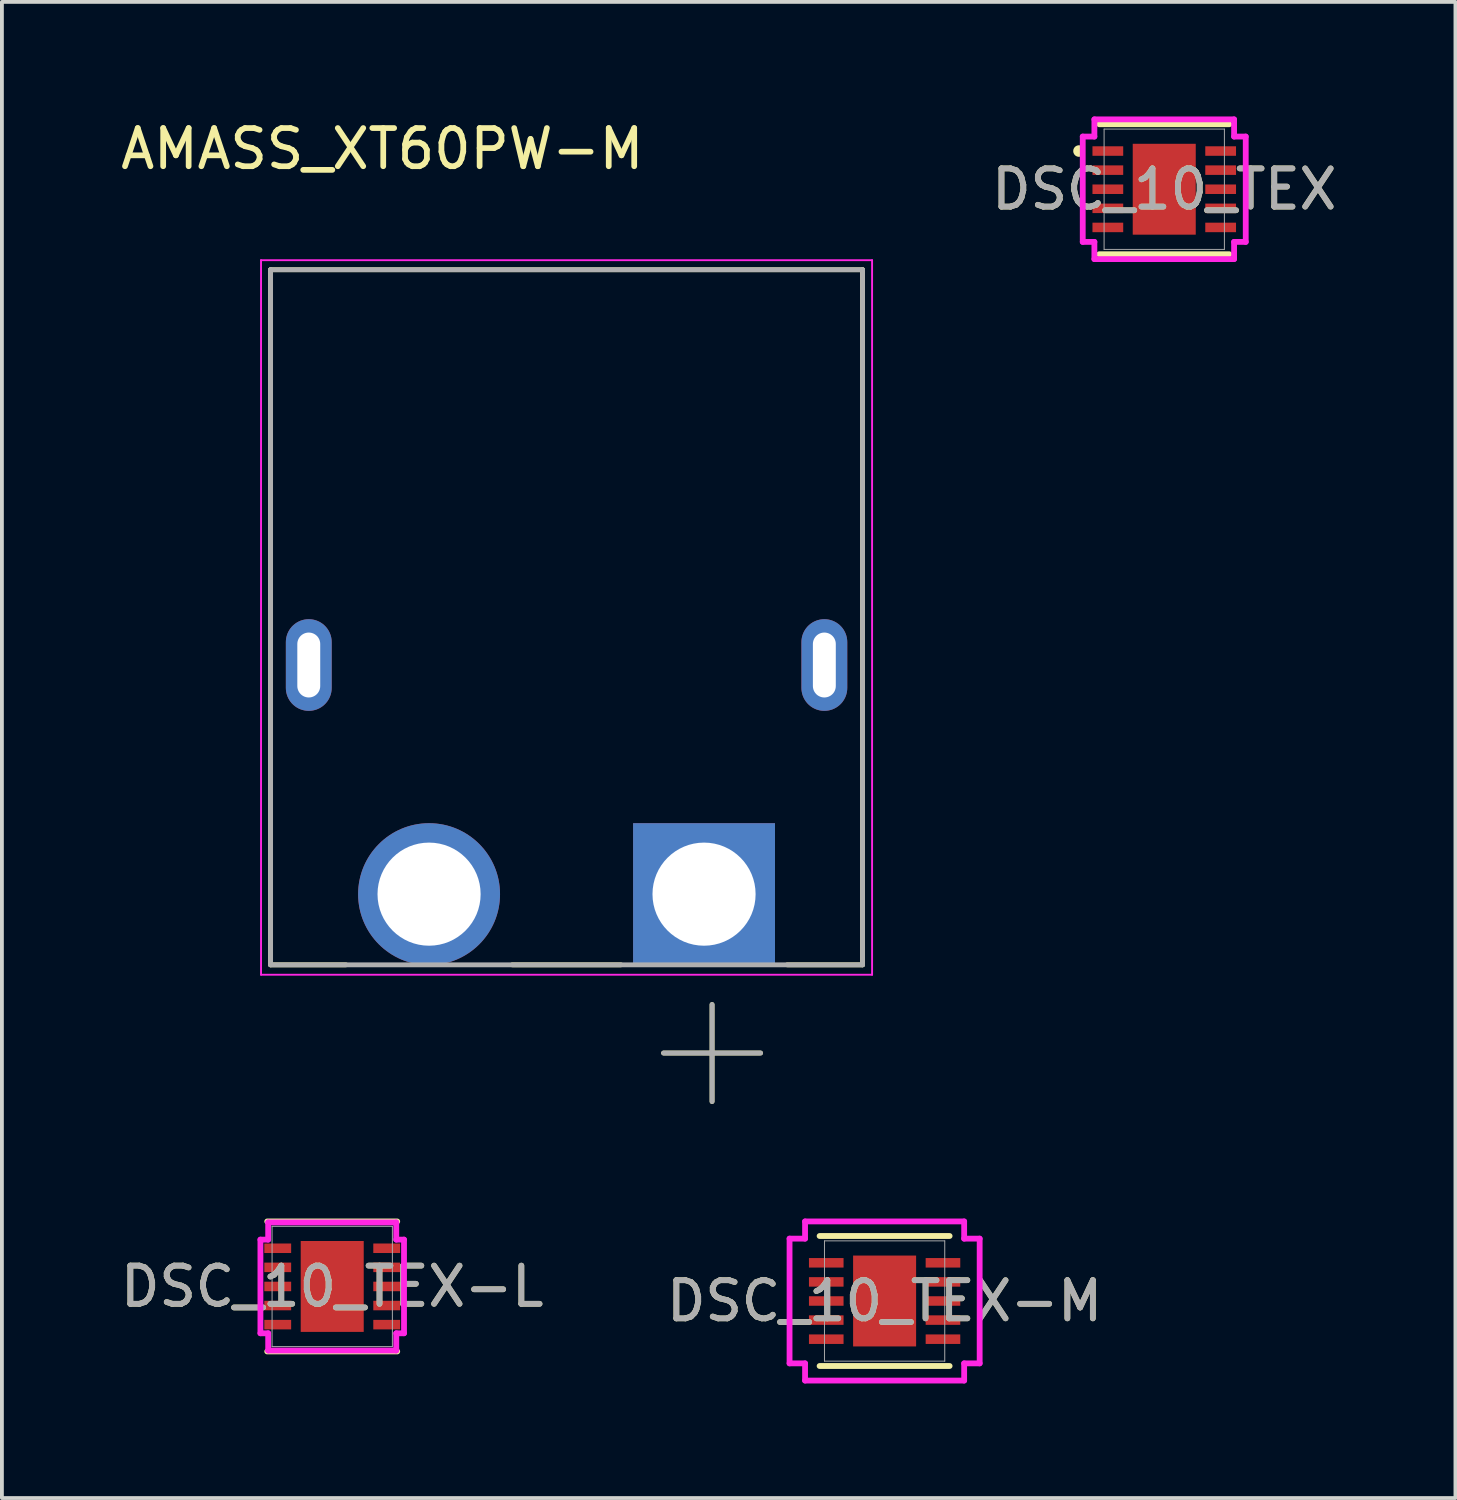
<source format=kicad_pcb>
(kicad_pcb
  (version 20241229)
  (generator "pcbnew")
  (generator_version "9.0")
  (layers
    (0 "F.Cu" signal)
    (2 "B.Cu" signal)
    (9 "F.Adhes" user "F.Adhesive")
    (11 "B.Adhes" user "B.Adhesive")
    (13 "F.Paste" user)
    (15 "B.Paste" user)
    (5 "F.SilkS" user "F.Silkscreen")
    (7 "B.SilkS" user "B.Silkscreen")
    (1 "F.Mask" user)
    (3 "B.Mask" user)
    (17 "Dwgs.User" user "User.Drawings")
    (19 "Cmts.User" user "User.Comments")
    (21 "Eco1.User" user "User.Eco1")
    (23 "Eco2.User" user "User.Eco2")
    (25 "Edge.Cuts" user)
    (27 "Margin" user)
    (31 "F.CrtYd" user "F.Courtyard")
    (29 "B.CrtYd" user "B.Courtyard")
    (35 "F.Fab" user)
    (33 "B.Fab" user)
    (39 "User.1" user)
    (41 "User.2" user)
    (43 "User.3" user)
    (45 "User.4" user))
  (footprint "DSC_10_TEX-L"
    (layer "F.Cu")
    (at 5.649 30.635)
    (property "Reference" "DSC_10_TEX-L" (at 0 0 0) (unlocked yes) (layer "F.SilkS") (effects (font (size 1 1) (thickness 0.15))))
    (attr smd)
    (fp_line (start -1.702 1.702) (end 1.702 1.702) (stroke (width 0.152) (type solid)) (layer "F.SilkS"))
    (fp_line (start 1.702 -1.702) (end -1.702 -1.702) (stroke (width 0.152) (type solid)) (layer "F.SilkS"))
    (fp_line (start -1.88 -1.226) (end -1.677 -1.226) (stroke (width 0.152) (type solid)) (layer "F.CrtYd"))
    (fp_line (start -1.88 1.226) (end -1.88 -1.226) (stroke (width 0.152) (type solid)) (layer "F.CrtYd"))
    (fp_line (start -1.88 1.226) (end -1.677 1.226) (stroke (width 0.152) (type solid)) (layer "F.CrtYd"))
    (fp_line (start -1.677 -1.677) (end 1.677 -1.677) (stroke (width 0.152) (type solid)) (layer "F.CrtYd"))
    (fp_line (start -1.677 -1.226) (end -1.677 -1.677) (stroke (width 0.152) (type solid)) (layer "F.CrtYd"))
    (fp_line (start -1.677 1.677) (end -1.677 1.226) (stroke (width 0.152) (type solid)) (layer "F.CrtYd"))
    (fp_line (start 1.677 -1.677) (end 1.677 -1.226) (stroke (width 0.152) (type solid)) (layer "F.CrtYd"))
    (fp_line (start 1.677 1.226) (end 1.677 1.677) (stroke (width 0.152) (type solid)) (layer "F.CrtYd"))
    (fp_line (start 1.677 1.677) (end -1.677 1.677) (stroke (width 0.152) (type solid)) (layer "F.CrtYd"))
    (fp_line (start 1.88 -1.226) (end 1.677 -1.226) (stroke (width 0.152) (type solid)) (layer "F.CrtYd"))
    (fp_line (start 1.88 -1.226) (end 1.88 1.226) (stroke (width 0.152) (type solid)) (layer "F.CrtYd"))
    (fp_line (start 1.88 1.226) (end 1.677 1.226) (stroke (width 0.152) (type solid)) (layer "F.CrtYd"))
    (fp_line (start -1.575 -1.575) (end -1.575 1.575) (stroke (width 0.025) (type solid)) (layer "F.Fab"))
    (fp_line (start -1.575 1.575) (end 1.575 1.575) (stroke (width 0.025) (type solid)) (layer "F.Fab"))
    (fp_line (start 1.575 -1.575) (end -1.575 -1.575) (stroke (width 0.025) (type solid)) (layer "F.Fab"))
    (fp_line (start 1.575 1.575) (end 1.575 -1.575) (stroke (width 0.025) (type solid)) (layer "F.Fab"))
    (fp_text user "${REFERENCE}" (at 0 0 0) (unlocked yes) (layer "F.Fab") (effects (font (size 1 1) (thickness 0.15))))
    (pad "1" smd rect (at -1.427 -1) (size 0.703 0.249) (layers "F.Cu" "F.Mask" "F.Paste"))
    (pad "2" smd rect (at -1.427 -0.5) (size 0.703 0.249) (layers "F.Cu" "F.Mask" "F.Paste"))
    (pad "3" smd rect (at -1.427 0) (size 0.703 0.249) (layers "F.Cu" "F.Mask" "F.Paste"))
    (pad "4" smd rect (at -1.427 0.5) (size 0.703 0.249) (layers "F.Cu" "F.Mask" "F.Paste"))
    (pad "5" smd rect (at -1.427 1) (size 0.703 0.249) (layers "F.Cu" "F.Mask" "F.Paste"))
    (pad "6" smd rect (at 1.427 1) (size 0.703 0.249) (layers "F.Cu" "F.Mask" "F.Paste"))
    (pad "7" smd rect (at 1.427 0.5) (size 0.703 0.249) (layers "F.Cu" "F.Mask" "F.Paste"))
    (pad "8" smd rect (at 1.427 0) (size 0.703 0.249) (layers "F.Cu" "F.Mask" "F.Paste"))
    (pad "9" smd rect (at 1.427 -0.5) (size 0.703 0.249) (layers "F.Cu" "F.Mask" "F.Paste"))
    (pad "10" smd rect (at 1.427 -1) (size 0.703 0.249) (layers "F.Cu" "F.Mask" "F.Paste"))
    (pad "11" smd rect (at 0 0) (size 1.65 2.38) (layers "F.Cu" "F.Mask" "F.Paste")))
  (footprint "DSC_10_TEX-M"
    (layer "F.Cu")
    (at 20.113 31.016)
    (property "Reference" "DSC_10_TEX-M" (at 0 0 0) (unlocked yes) (layer "F.SilkS") (effects (font (size 1 1) (thickness 0.15))))
    (attr smd)
    (fp_line (start -1.702 1.702) (end 1.702 1.702) (stroke (width 0.152) (type solid)) (layer "F.SilkS"))
    (fp_line (start 1.702 -1.702) (end -1.702 -1.702) (stroke (width 0.152) (type solid)) (layer "F.SilkS"))
    (fp_line (start -2.489 -1.633) (end -2.083 -1.633) (stroke (width 0.152) (type solid)) (layer "F.CrtYd"))
    (fp_line (start -2.489 1.633) (end -2.489 -1.633) (stroke (width 0.152) (type solid)) (layer "F.CrtYd"))
    (fp_line (start -2.489 1.633) (end -2.083 1.633) (stroke (width 0.152) (type solid)) (layer "F.CrtYd"))
    (fp_line (start -2.083 -2.083) (end 2.083 -2.083) (stroke (width 0.152) (type solid)) (layer "F.CrtYd"))
    (fp_line (start -2.083 -1.633) (end -2.083 -2.083) (stroke (width 0.152) (type solid)) (layer "F.CrtYd"))
    (fp_line (start -2.083 2.083) (end -2.083 1.633) (stroke (width 0.152) (type solid)) (layer "F.CrtYd"))
    (fp_line (start 2.083 -2.083) (end 2.083 -1.633) (stroke (width 0.152) (type solid)) (layer "F.CrtYd"))
    (fp_line (start 2.083 1.633) (end 2.083 2.083) (stroke (width 0.152) (type solid)) (layer "F.CrtYd"))
    (fp_line (start 2.083 2.083) (end -2.083 2.083) (stroke (width 0.152) (type solid)) (layer "F.CrtYd"))
    (fp_line (start 2.489 -1.633) (end 2.083 -1.633) (stroke (width 0.152) (type solid)) (layer "F.CrtYd"))
    (fp_line (start 2.489 -1.633) (end 2.489 1.633) (stroke (width 0.152) (type solid)) (layer "F.CrtYd"))
    (fp_line (start 2.489 1.633) (end 2.083 1.633) (stroke (width 0.152) (type solid)) (layer "F.CrtYd"))
    (fp_line (start -1.575 -1.575) (end -1.575 1.575) (stroke (width 0.025) (type solid)) (layer "F.Fab"))
    (fp_line (start -1.575 1.575) (end 1.575 1.575) (stroke (width 0.025) (type solid)) (layer "F.Fab"))
    (fp_line (start 1.575 -1.575) (end -1.575 -1.575) (stroke (width 0.025) (type solid)) (layer "F.Fab"))
    (fp_line (start 1.575 1.575) (end 1.575 -1.575) (stroke (width 0.025) (type solid)) (layer "F.Fab"))
    (fp_text user "${REFERENCE}" (at 0 0 0) (unlocked yes) (layer "F.Fab") (effects (font (size 1 1) (thickness 0.15))))
    (pad "1" smd rect (at -1.528 -1) (size 0.906 0.249) (layers "F.Cu" "F.Mask" "F.Paste"))
    (pad "2" smd rect (at -1.528 -0.5) (size 0.906 0.249) (layers "F.Cu" "F.Mask" "F.Paste"))
    (pad "3" smd rect (at -1.528 0) (size 0.906 0.249) (layers "F.Cu" "F.Mask" "F.Paste"))
    (pad "4" smd rect (at -1.528 0.5) (size 0.906 0.249) (layers "F.Cu" "F.Mask" "F.Paste"))
    (pad "5" smd rect (at -1.528 1) (size 0.906 0.249) (layers "F.Cu" "F.Mask" "F.Paste"))
    (pad "6" smd rect (at 1.528 1) (size 0.906 0.249) (layers "F.Cu" "F.Mask" "F.Paste"))
    (pad "7" smd rect (at 1.528 0.5) (size 0.906 0.249) (layers "F.Cu" "F.Mask" "F.Paste"))
    (pad "8" smd rect (at 1.528 0) (size 0.906 0.249) (layers "F.Cu" "F.Mask" "F.Paste"))
    (pad "9" smd rect (at 1.528 -0.5) (size 0.906 0.249) (layers "F.Cu" "F.Mask" "F.Paste"))
    (pad "10" smd rect (at 1.528 -1) (size 0.906 0.249) (layers "F.Cu" "F.Mask" "F.Paste"))
    (pad "11" smd rect (at 0 0) (size 1.65 2.38) (layers "F.Cu" "F.Mask" "F.Paste")))
  (footprint "DSC_10_TEX"
    (layer "F.Cu")
    (at 27.435 1.905)
    (property "Reference" "DSC_10_TEX" (at 0 0 0) (unlocked yes) (layer "F.SilkS") (effects (font (size 1 1) (thickness 0.15))))
    (attr smd)
    (fp_line (start -1.702 1.702) (end 1.702 1.702) (stroke (width 0.152) (type solid)) (layer "F.SilkS"))
    (fp_line (start 1.702 -1.702) (end -1.702 -1.702) (stroke (width 0.152) (type solid)) (layer "F.SilkS"))
    (fp_arc (start -2.212541 -0.926171) (mid -2.3076 -1) (end -2.212541 -1.073829) (stroke (width 0.1524) (type solid)) (layer "F.SilkS"))
    (fp_line (start -2.134 -1.379) (end -1.829 -1.379) (stroke (width 0.152) (type solid)) (layer "F.CrtYd"))
    (fp_line (start -2.134 1.379) (end -2.134 -1.379) (stroke (width 0.152) (type solid)) (layer "F.CrtYd"))
    (fp_line (start -2.134 1.379) (end -1.829 1.379) (stroke (width 0.152) (type solid)) (layer "F.CrtYd"))
    (fp_line (start -1.829 -1.829) (end 1.829 -1.829) (stroke (width 0.152) (type solid)) (layer "F.CrtYd"))
    (fp_line (start -1.829 -1.379) (end -1.829 -1.829) (stroke (width 0.152) (type solid)) (layer "F.CrtYd"))
    (fp_line (start -1.829 1.829) (end -1.829 1.379) (stroke (width 0.152) (type solid)) (layer "F.CrtYd"))
    (fp_line (start 1.829 -1.829) (end 1.829 -1.379) (stroke (width 0.152) (type solid)) (layer "F.CrtYd"))
    (fp_line (start 1.829 1.379) (end 1.829 1.829) (stroke (width 0.152) (type solid)) (layer "F.CrtYd"))
    (fp_line (start 1.829 1.829) (end -1.829 1.829) (stroke (width 0.152) (type solid)) (layer "F.CrtYd"))
    (fp_line (start 2.134 -1.379) (end 1.829 -1.379) (stroke (width 0.152) (type solid)) (layer "F.CrtYd"))
    (fp_line (start 2.134 -1.379) (end 2.134 1.379) (stroke (width 0.152) (type solid)) (layer "F.CrtYd"))
    (fp_line (start 2.134 1.379) (end 1.829 1.379) (stroke (width 0.152) (type solid)) (layer "F.CrtYd"))
    (fp_line (start -1.575 -1.575) (end -1.575 1.575) (stroke (width 0.025) (type solid)) (layer "F.Fab"))
    (fp_line (start -1.575 1.575) (end 1.575 1.575) (stroke (width 0.025) (type solid)) (layer "F.Fab"))
    (fp_line (start 1.575 -1.575) (end -1.575 -1.575) (stroke (width 0.025) (type solid)) (layer "F.Fab"))
    (fp_line (start 1.575 1.575) (end 1.575 -1.575) (stroke (width 0.025) (type solid)) (layer "F.Fab"))
    (fp_text user "${REFERENCE}" (at 0 0 0) (unlocked yes) (layer "F.Fab") (effects (font (size 1 1) (thickness 0.15))))
    (pad "1" smd rect (at -1.477 -1) (size 0.805 0.249) (layers "F.Cu" "F.Mask" "F.Paste"))
    (pad "2" smd rect (at -1.477 -0.5) (size 0.805 0.249) (layers "F.Cu" "F.Mask" "F.Paste"))
    (pad "3" smd rect (at -1.477 0) (size 0.805 0.249) (layers "F.Cu" "F.Mask" "F.Paste"))
    (pad "4" smd rect (at -1.477 0.5) (size 0.805 0.249) (layers "F.Cu" "F.Mask" "F.Paste"))
    (pad "5" smd rect (at -1.477 1) (size 0.805 0.249) (layers "F.Cu" "F.Mask" "F.Paste"))
    (pad "6" smd rect (at 1.477 1) (size 0.805 0.249) (layers "F.Cu" "F.Mask" "F.Paste"))
    (pad "7" smd rect (at 1.477 0.5) (size 0.805 0.249) (layers "F.Cu" "F.Mask" "F.Paste"))
    (pad "8" smd rect (at 1.477 0) (size 0.805 0.249) (layers "F.Cu" "F.Mask" "F.Paste"))
    (pad "9" smd rect (at 1.477 -0.5) (size 0.805 0.249) (layers "F.Cu" "F.Mask" "F.Paste"))
    (pad "10" smd rect (at 1.477 -1) (size 0.805 0.249) (layers "F.Cu" "F.Mask" "F.Paste"))
    (pad "11" smd rect (at 0 0) (size 1.65 2.38) (layers "F.Cu" "F.Mask" "F.Paste")))
  (footprint "AMASS_XT60PW-M"
    (layer "F.Cu")
    (at 11.785 14.363)
    (property "Reference" "AMASS_XT60PW-M" (at -4.824 -13.515 0) (layer "F.SilkS") (effects (font (size 1 1) (thickness 0.15))))
    (attr through_hole)
    (fp_line (start -7.75 -10.35) (end -7.75 7.85) (stroke (width 0.127) (type solid)) (layer "F.SilkS"))
    (fp_line (start -7.75 7.85) (end -5.778 7.85) (stroke (width 0.127) (type solid)) (layer "F.SilkS"))
    (fp_line (start -1.422 7.85) (end 1.422 7.85) (stroke (width 0.127) (type solid)) (layer "F.SilkS"))
    (fp_line (start 2.54 10.16) (end 3.81 10.16) (stroke (width 0.127) (type solid)) (layer "F.SilkS"))
    (fp_line (start 3.81 10.16) (end 3.81 8.89) (stroke (width 0.127) (type solid)) (layer "F.SilkS"))
    (fp_line (start 3.81 10.16) (end 3.81 11.43) (stroke (width 0.127) (type solid)) (layer "F.SilkS"))
    (fp_line (start 5.08 10.16) (end 3.81 10.16) (stroke (width 0.127) (type solid)) (layer "F.SilkS"))
    (fp_line (start 7.75 -10.35) (end -7.75 -10.35) (stroke (width 0.127) (type solid)) (layer "F.SilkS"))
    (fp_line (start 7.75 7.85) (end 5.778 7.85) (stroke (width 0.127) (type solid)) (layer "F.SilkS"))
    (fp_line (start 7.75 7.85) (end 7.75 -10.35) (stroke (width 0.127) (type solid)) (layer "F.SilkS"))
    (fp_line (start -8 -10.6) (end -8 8.11) (stroke (width 0.05) (type solid)) (layer "F.CrtYd"))
    (fp_line (start -8 8.11) (end 8 8.11) (stroke (width 0.05) (type solid)) (layer "F.CrtYd"))
    (fp_line (start 8 -10.6) (end -8 -10.6) (stroke (width 0.05) (type solid)) (layer "F.CrtYd"))
    (fp_line (start 8 8.11) (end 8 -10.6) (stroke (width 0.05) (type solid)) (layer "F.CrtYd"))
    (fp_line (start -7.75 -10.35) (end -7.75 7.85) (stroke (width 0.127) (type solid)) (layer "F.Fab"))
    (fp_line (start -7.75 7.85) (end 7.75 7.85) (stroke (width 0.127) (type solid)) (layer "F.Fab"))
    (fp_line (start 2.54 10.16) (end 3.81 10.16) (stroke (width 0.127) (type solid)) (layer "F.Fab"))
    (fp_line (start 3.81 10.16) (end 3.81 8.89) (stroke (width 0.127) (type solid)) (layer "F.Fab"))
    (fp_line (start 3.81 10.16) (end 3.81 11.43) (stroke (width 0.127) (type solid)) (layer "F.Fab"))
    (fp_line (start 5.08 10.16) (end 3.81 10.16) (stroke (width 0.127) (type solid)) (layer "F.Fab"))
    (fp_line (start 7.75 -10.35) (end -7.75 -10.35) (stroke (width 0.127) (type solid)) (layer "F.Fab"))
    (fp_line (start 7.75 7.85) (end 7.75 -10.35) (stroke (width 0.127) (type solid)) (layer "F.Fab"))
    (pad "1" thru_hole rect (at 3.6 6) (size 3.716 3.716) (drill 2.7) (layers "*.Cu" "*.Mask"))
    (pad "2" thru_hole circle (at -3.6 6) (size 3.716 3.716) (drill 2.7) (layers "*.Cu" "*.Mask"))
    (pad "S1" thru_hole oval (at 6.75 0) (size 1.2 2.4) (drill oval 0.6 1.7) (layers "*.Cu" "*.Mask"))
    (pad "S2" thru_hole oval (at -6.75 0) (size 1.2 2.4) (drill oval 0.6 1.7) (layers "*.Cu" "*.Mask")))
  (gr_rect
    (start -3 -3)
    (end 35.06 36.175)
    (stroke (width 0.1) (type default))
    (fill no)
    (layer "Edge.Cuts")))
</source>
